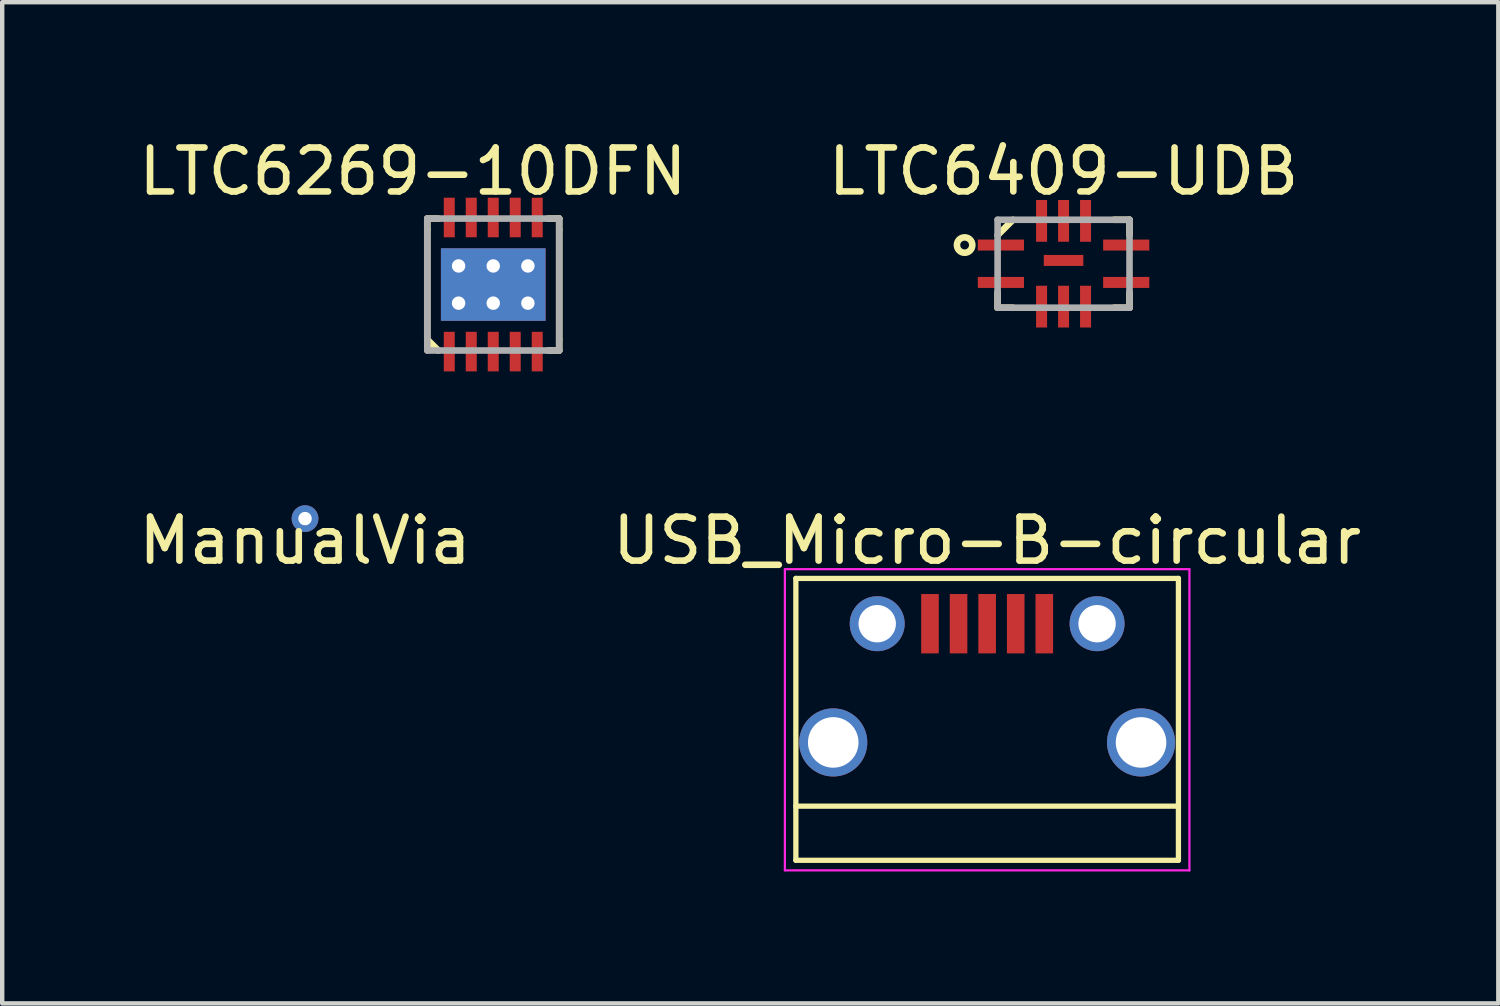
<source format=kicad_pcb>
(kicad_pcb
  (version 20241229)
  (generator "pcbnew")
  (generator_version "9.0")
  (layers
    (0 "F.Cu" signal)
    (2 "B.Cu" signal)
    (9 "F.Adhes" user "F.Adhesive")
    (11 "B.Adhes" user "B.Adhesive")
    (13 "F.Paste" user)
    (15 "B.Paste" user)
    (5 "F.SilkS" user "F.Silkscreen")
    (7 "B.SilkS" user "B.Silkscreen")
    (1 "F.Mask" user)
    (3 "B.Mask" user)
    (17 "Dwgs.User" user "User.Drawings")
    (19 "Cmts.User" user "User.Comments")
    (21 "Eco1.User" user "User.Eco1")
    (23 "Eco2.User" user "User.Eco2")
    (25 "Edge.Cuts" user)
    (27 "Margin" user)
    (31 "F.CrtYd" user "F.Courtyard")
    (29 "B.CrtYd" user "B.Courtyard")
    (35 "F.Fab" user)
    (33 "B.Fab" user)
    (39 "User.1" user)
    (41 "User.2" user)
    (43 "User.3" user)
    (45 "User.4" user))
  (footprint "ManualVia"
    (layer "F.Cu")
    (at 3.887 8.744)
    (property "Reference" "ManualVia" (at 0 0.5 0) (layer "F.SilkS") (effects (font (size 1 1) (thickness 0.15))))
    (attr through_hole)
    (pad "" thru_hole circle (at 0 0) (size 0.61 0.61) (drill 0.305) (layers "*.Cu")))
  (footprint "LTC6409-UDB"
    (layer "F.Cu")
    (at 21.137 2.948)
    (property "Reference" "LTC6409-UDB" (at 0 -2.1 0) (layer "F.SilkS") (effects (font (size 1 1) (thickness 0.15))))
    (attr through_hole)
    (fp_line (start -1.5 -0.65) (end -1.15 -1) (stroke (width 0.15) (type solid)) (layer "F.SilkS"))
    (fp_line (start -1.5 1) (end -1.5 0.65) (stroke (width 0.15) (type solid)) (layer "F.SilkS"))
    (fp_line (start -1.5 1) (end -1.15 1) (stroke (width 0.15) (type solid)) (layer "F.SilkS"))
    (fp_line (start 1.5 -1) (end 1.15 -1) (stroke (width 0.15) (type solid)) (layer "F.SilkS"))
    (fp_line (start 1.5 -0.65) (end 1.5 -1) (stroke (width 0.15) (type solid)) (layer "F.SilkS"))
    (fp_line (start 1.5 0.65) (end 1.5 1) (stroke (width 0.15) (type solid)) (layer "F.SilkS"))
    (fp_line (start 1.5 1) (end 1.15 1) (stroke (width 0.15) (type solid)) (layer "F.SilkS"))
    (fp_circle (center -2.25 -0.425) (end -2.075 -0.425) (stroke (width 0.15) (type solid)) (fill no) (layer "F.SilkS"))
    (fp_line (start -1.5 -1) (end -1.5 1) (stroke (width 0.15) (type solid)) (layer "F.Fab"))
    (fp_line (start -1.5 1) (end 1.5 1) (stroke (width 0.15) (type solid)) (layer "F.Fab"))
    (fp_line (start 1.5 -1) (end -1.5 -1) (stroke (width 0.15) (type solid)) (layer "F.Fab"))
    (fp_line (start 1.5 1) (end 1.5 -1) (stroke (width 0.15) (type solid)) (layer "F.Fab"))
    (pad "1" smd rect (at -1.325 -0.425) (size 1.05 0.25) (drill (offset -0.1 0)) (layers "F.Cu" "F.Mask" "F.Paste"))
    (pad "2" smd rect (at -1.325 0.425) (size 1.05 0.25) (drill (offset -0.1 0)) (layers "F.Cu" "F.Mask" "F.Paste"))
    (pad "3" smd rect (at -0.5 0.875) (size 0.25 0.95) (drill (offset 0 0.1)) (layers "F.Cu" "F.Mask" "F.Paste"))
    (pad "4" smd rect (at 0 0.875) (size 0.25 0.95) (drill (offset 0 0.1)) (layers "F.Cu" "F.Mask" "F.Paste"))
    (pad "5" smd rect (at 0.5 0.875) (size 0.25 0.95) (drill (offset 0 0.1)) (layers "F.Cu" "F.Mask" "F.Paste"))
    (pad "6" smd rect (at 1.325 0.425) (size 1.05 0.25) (drill (offset 0.1 0)) (layers "F.Cu" "F.Mask" "F.Paste"))
    (pad "7" smd rect (at 1.325 -0.425) (size 1.05 0.25) (drill (offset 0.1 0)) (layers "F.Cu" "F.Mask" "F.Paste"))
    (pad "8" smd rect (at 0.5 -0.875) (size 0.25 0.95) (drill (offset 0 -0.1)) (layers "F.Cu" "F.Mask" "F.Paste"))
    (pad "9" smd rect (at 0 -0.875) (size 0.25 0.95) (drill (offset 0 -0.1)) (layers "F.Cu" "F.Mask" "F.Paste"))
    (pad "10" smd rect (at -0.5 -0.875) (size 0.25 0.95) (drill (offset 0 -0.1)) (layers "F.Cu" "F.Mask" "F.Paste"))
    (pad "11" smd rect (at 0 -0.075) (size 0.9 0.25) (layers "F.Cu" "F.Mask" "F.Paste")))
  (footprint "USB_Micro-B-circular"
    (layer "F.Cu")
    (at 19.399 12.484)
    (property "Reference" "USB_Micro-B-circular" (at 0 -3.24 0) (layer "F.SilkS") (effects (font (size 1 1) (thickness 0.15))))
    (attr smd)
    (fp_line (start -4.35 -2.38) (end 4.35 -2.38) (stroke (width 0.12) (type solid)) (layer "F.SilkS"))
    (fp_line (start -4.35 4.03) (end -4.35 -2.38) (stroke (width 0.12) (type solid)) (layer "F.SilkS"))
    (fp_line (start -4.35 4.03) (end 4.35 4.03) (stroke (width 0.12) (type solid)) (layer "F.SilkS"))
    (fp_line (start 4.35 -2.38) (end 4.35 4.03) (stroke (width 0.12) (type solid)) (layer "F.SilkS"))
    (fp_line (start 4.35 2.8) (end -4.35 2.8) (stroke (width 0.12) (type solid)) (layer "F.SilkS"))
    (fp_line (start -4.6 -2.59) (end 4.6 -2.59) (stroke (width 0.05) (type solid)) (layer "F.CrtYd"))
    (fp_line (start -4.6 4.26) (end -4.6 -2.59) (stroke (width 0.05) (type solid)) (layer "F.CrtYd"))
    (fp_line (start 4.6 -2.59) (end 4.6 4.26) (stroke (width 0.05) (type solid)) (layer "F.CrtYd"))
    (fp_line (start 4.6 4.26) (end -4.6 4.26) (stroke (width 0.05) (type solid)) (layer "F.CrtYd"))
    (pad "1" smd rect (at -1.3 -1.35 90) (size 1.35 0.4) (layers "F.Cu" "F.Mask" "F.Paste"))
    (pad "2" smd rect (at -0.65 -1.35 90) (size 1.35 0.4) (layers "F.Cu" "F.Mask" "F.Paste"))
    (pad "3" smd rect (at 0 -1.35 90) (size 1.35 0.4) (layers "F.Cu" "F.Mask" "F.Paste"))
    (pad "4" smd rect (at 0.65 -1.35 90) (size 1.35 0.4) (layers "F.Cu" "F.Mask" "F.Paste"))
    (pad "4" smd rect (at 1.3 -1.35 90) (size 1.35 0.4) (layers "F.Cu" "F.Mask" "F.Paste"))
    (pad "5" thru_hole circle (at -3.5 1.35 90) (size 1.55 1.55) (drill 1.15) (layers "*.Cu" "*.Mask"))
    (pad "5" thru_hole circle (at -2.5 -1.35 90) (size 1.25 1.25) (drill 0.85) (layers "*.Cu" "*.Mask"))
    (pad "5" thru_hole circle (at 2.5 -1.35 90) (size 1.25 1.25) (drill 0.85) (layers "*.Cu" "*.Mask"))
    (pad "5" thru_hole circle (at 3.5 1.35 90) (size 1.55 1.55) (drill 1.15) (layers "*.Cu" "*.Mask")))
  (footprint "LTC6269-10DFN"
    (layer "F.Cu")
    (at 8.167 3.421)
    (property "Reference" "LTC6269-10DFN" (at -1.828 -2.572 180) (layer "F.SilkS") (effects (font (size 1 1) (thickness 0.15))))
    (attr through_hole)
    (fp_line (start -1.5 -1.5) (end -1.5 -1.25) (stroke (width 0.15) (type solid)) (layer "F.SilkS"))
    (fp_line (start -1.5 -1.25) (end -1.5 1.25) (stroke (width 0.15) (type solid)) (layer "F.SilkS"))
    (fp_line (start -1.25 -1.5) (end -1.5 -1.5) (stroke (width 0.15) (type solid)) (layer "F.SilkS"))
    (fp_line (start -1.25 1.5) (end -1.5 1.25) (stroke (width 0.15) (type solid)) (layer "F.SilkS"))
    (fp_line (start 1.25 -1.5) (end 1.5 -1.5) (stroke (width 0.15) (type solid)) (layer "F.SilkS"))
    (fp_line (start 1.5 -1.5) (end 1.5 -1.25) (stroke (width 0.15) (type solid)) (layer "F.SilkS"))
    (fp_line (start 1.5 1.25) (end 1.5 -1.25) (stroke (width 0.15) (type solid)) (layer "F.SilkS"))
    (fp_line (start 1.5 1.25) (end 1.5 1.5) (stroke (width 0.15) (type solid)) (layer "F.SilkS"))
    (fp_line (start 1.5 1.5) (end 1.25 1.5) (stroke (width 0.15) (type solid)) (layer "F.SilkS"))
    (fp_line (start -1.5 -1.5) (end 1.5 -1.5) (stroke (width 0.15) (type solid)) (layer "F.Fab"))
    (fp_line (start -1.5 1.5) (end -1.5 -1.5) (stroke (width 0.15) (type solid)) (layer "F.Fab"))
    (fp_line (start 1.5 -1.5) (end 1.5 1.5) (stroke (width 0.15) (type solid)) (layer "F.Fab"))
    (fp_line (start 1.5 1.5) (end -1.5 1.5) (stroke (width 0.15) (type solid)) (layer "F.Fab"))
    (pad "1" smd rect (at -1 1.425) (size 0.25 0.9) (drill (offset 0 0.1)) (layers "F.Cu" "F.Mask" "F.Paste"))
    (pad "2" smd rect (at -0.5 1.425) (size 0.25 0.9) (drill (offset 0 0.1)) (layers "F.Cu" "F.Mask" "F.Paste"))
    (pad "3" smd rect (at 0 1.425) (size 0.25 0.9) (drill (offset 0 0.1)) (layers "F.Cu" "F.Mask" "F.Paste"))
    (pad "4" smd rect (at 0.5 1.425) (size 0.25 0.9) (drill (offset 0 0.1)) (layers "F.Cu" "F.Mask" "F.Paste"))
    (pad "5" smd rect (at 1 1.425) (size 0.25 0.9) (drill (offset 0 0.1)) (layers "F.Cu" "F.Mask" "F.Paste"))
    (pad "6" smd rect (at 1 -1.625) (size 0.25 0.9) (drill (offset 0 0.1)) (layers "F.Cu" "F.Mask" "F.Paste"))
    (pad "7" smd rect (at 0.5 -1.625) (size 0.25 0.9) (drill (offset 0 0.1)) (layers "F.Cu" "F.Mask" "F.Paste"))
    (pad "8" smd rect (at 0 -1.625) (size 0.25 0.9) (drill (offset 0 0.1)) (layers "F.Cu" "F.Mask" "F.Paste"))
    (pad "9" smd rect (at -0.5 -1.625) (size 0.25 0.9) (drill (offset 0 0.1)) (layers "F.Cu" "F.Mask" "F.Paste"))
    (pad "10" smd rect (at -1 -1.625) (size 0.25 0.9) (drill (offset 0 0.1)) (layers "F.Cu" "F.Mask" "F.Paste"))
    (pad "11" thru_hole circle (at -0.788 -0.423) (size 0.61 0.61) (drill 0.305) (layers "*.Cu" "*.Mask"))
    (pad "11" thru_hole circle (at -0.788 0.423) (size 0.61 0.61) (drill 0.305) (layers "*.Cu" "*.Mask"))
    (pad "11" thru_hole circle (at 0 -0.423) (size 0.61 0.61) (drill 0.305) (layers "*.Cu" "*.Mask"))
    (pad "11" smd rect (at 0 0) (size 2.38 1.65) (layers "F.Cu" "F.Mask" "F.Paste"))
    (pad "11" smd rect (at 0 0) (size 2.38 1.65) (layers "F.Mask" "B.Cu" "F.Paste"))
    (pad "11" thru_hole circle (at 0 0.423) (size 0.61 0.61) (drill 0.305) (layers "*.Cu" "*.Mask"))
    (pad "11" thru_hole circle (at 0.788 -0.423) (size 0.61 0.61) (drill 0.305) (layers "*.Cu" "*.Mask"))
    (pad "11" thru_hole circle (at 0.788 0.423) (size 0.61 0.61) (drill 0.305) (layers "*.Cu" "*.Mask")))
  (gr_rect
    (start -3 -3)
    (end 31.024 19.769)
    (stroke (width 0.1) (type default))
    (fill no)
    (layer "Edge.Cuts")))
</source>
